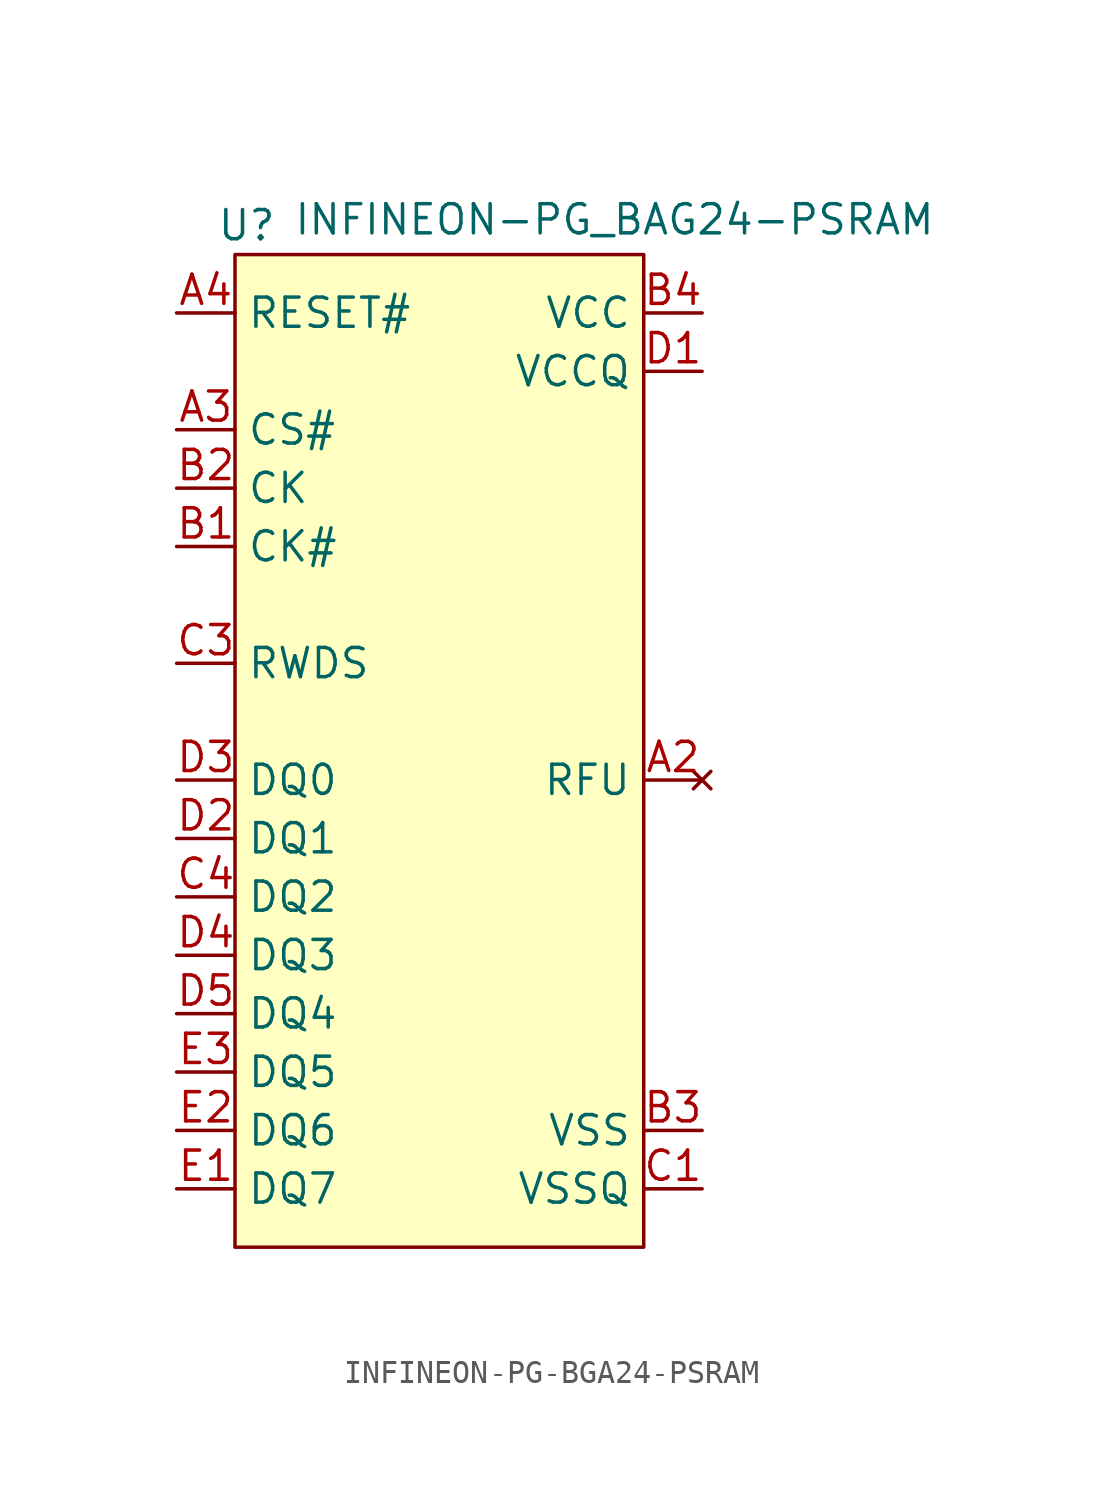
<source format=kicad_sym>
(kicad_symbol_lib
  (version 20220914)
  (generator kicad_symbol_editor)
  (symbol "INFINEON-PG-BGA24-PSRAM"
    (property "Reference" "U"
      (at 3.048 3.81 0)
      (effects (font (size 1.27 1.27))))
    (property "Value" "INFINEON-PG_BAG24-PSRAM"
      (at 19.05 4.064 0)
      (effects (font (size 1.27 1.27))))
    (symbol "INFINEON-PG-BGA24-PSRAM_0_0"
      (pin no_connect line (at 22.86 -20.32 180) (length 2.54) (name "RFU" (effects (font (size 1.27 1.27)))) (number "A2" (effects (font (size 1.27 1.27)))))
      (pin input line (at 0 -5.08 0) (length 2.54) (name "CS#" (effects (font (size 1.27 1.27)))) (number "A3" (effects (font (size 1.27 1.27)))))
      (pin input line (at 0 0 0) (length 2.54) (name "RESET#" (effects (font (size 1.27 1.27)))) (number "A4" (effects (font (size 1.27 1.27)))))
      (pin no_connect line (at 22.86 -20.32 180) (length 2.54) hide (name "RFU" (effects (font (size 1.27 1.27)))) (number "A5" (effects (font (size 1.27 1.27)))))
      (pin input line (at 0 -10.16 0) (length 2.54) (name "CK#" (effects (font (size 1.27 1.27)))) (number "B1" (effects (font (size 1.27 1.27)))))
      (pin input line (at 0 -7.62 0) (length 2.54) (name "CK" (effects (font (size 1.27 1.27)))) (number "B2" (effects (font (size 1.27 1.27)))))
      (pin power_in line (at 22.86 -35.56 180) (length 2.54) (name "VSS" (effects (font (size 1.27 1.27)))) (number "B3" (effects (font (size 1.27 1.27)))))
      (pin power_in line (at 22.86 0 180) (length 2.54) (name "VCC" (effects (font (size 1.27 1.27)))) (number "B4" (effects (font (size 1.27 1.27)))))
      (pin no_connect line (at 22.86 -20.32 180) (length 2.54) hide (name "RFU" (effects (font (size 1.27 1.27)))) (number "B5" (effects (font (size 1.27 1.27)))))
      (pin power_in line (at 22.86 -38.1 180) (length 2.54) (name "VSSQ" (effects (font (size 1.27 1.27)))) (number "C1" (effects (font (size 1.27 1.27)))))
      (pin no_connect line (at 22.86 -20.32 180) (length 2.54) hide (name "RFU" (effects (font (size 1.27 1.27)))) (number "C2" (effects (font (size 1.27 1.27)))))
      (pin bidirectional line (at 0 -15.24 0) (length 2.54) (name "RWDS" (effects (font (size 1.27 1.27)))) (number "C3" (effects (font (size 1.27 1.27)))))
      (pin bidirectional line (at 0 -25.4 0) (length 2.54) (name "DQ2" (effects (font (size 1.27 1.27)))) (number "C4" (effects (font (size 1.27 1.27)))))
      (pin no_connect line (at 22.86 -20.32 180) (length 2.54) hide (name "RFU" (effects (font (size 1.27 1.27)))) (number "C5" (effects (font (size 1.27 1.27)))))
      (pin power_in line (at 22.86 -2.54 180) (length 2.54) (name "VCCQ" (effects (font (size 1.27 1.27)))) (number "D1" (effects (font (size 1.27 1.27)))))
      (pin bidirectional line (at 0 -22.86 0) (length 2.54) (name "DQ1" (effects (font (size 1.27 1.27)))) (number "D2" (effects (font (size 1.27 1.27)))))
      (pin bidirectional line (at 0 -20.32 0) (length 2.54) (name "DQ0" (effects (font (size 1.27 1.27)))) (number "D3" (effects (font (size 1.27 1.27)))))
      (pin bidirectional line (at 0 -27.94 0) (length 2.54) (name "DQ3" (effects (font (size 1.27 1.27)))) (number "D4" (effects (font (size 1.27 1.27)))))
      (pin bidirectional line (at 0 -30.48 0) (length 2.54) (name "DQ4" (effects (font (size 1.27 1.27)))) (number "D5" (effects (font (size 1.27 1.27)))))
      (pin bidirectional line (at 0 -38.1 0) (length 2.54) (name "DQ7" (effects (font (size 1.27 1.27)))) (number "E1" (effects (font (size 1.27 1.27)))))
      (pin bidirectional line (at 0 -35.56 0) (length 2.54) (name "DQ6" (effects (font (size 1.27 1.27)))) (number "E2" (effects (font (size 1.27 1.27)))))
      (pin bidirectional line (at 0 -33.02 0) (length 2.54) (name "DQ5" (effects (font (size 1.27 1.27)))) (number "E3" (effects (font (size 1.27 1.27)))))
      (pin power_in line (at 22.86 -38.1 180) (length 2.54) hide (name "VCCQ" (effects (font (size 1.27 1.27)))) (number "E4" (effects (font (size 1.27 1.27)))))
      (pin power_in line (at 22.86 -38.1 180) (length 2.54) hide (name "VSSQ" (effects (font (size 1.27 1.27)))) (number "E5" (effects (font (size 1.27 1.27))))))
    (symbol "INFINEON-PG-BGA24-PSRAM_0_1"
      (rectangle (start 2.54 2.54) (end 20.32 -40.64) (stroke (width 0) (type default)) (fill (type background))))))
</source>
